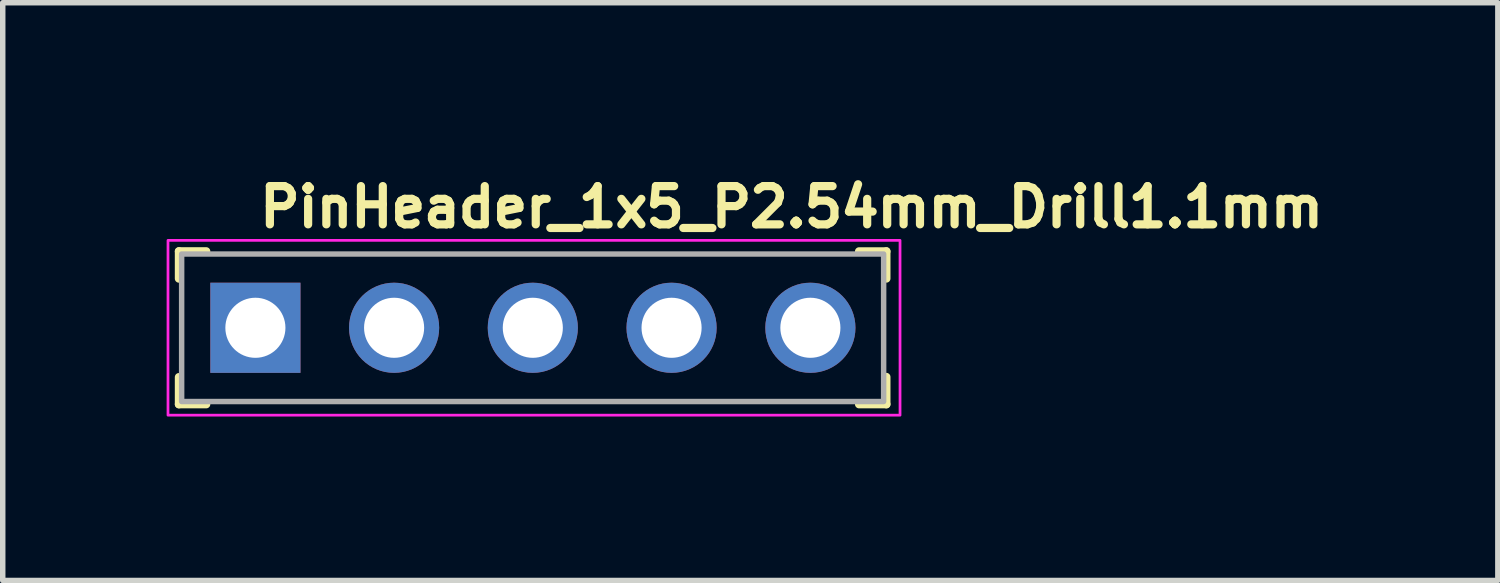
<source format=kicad_pcb>
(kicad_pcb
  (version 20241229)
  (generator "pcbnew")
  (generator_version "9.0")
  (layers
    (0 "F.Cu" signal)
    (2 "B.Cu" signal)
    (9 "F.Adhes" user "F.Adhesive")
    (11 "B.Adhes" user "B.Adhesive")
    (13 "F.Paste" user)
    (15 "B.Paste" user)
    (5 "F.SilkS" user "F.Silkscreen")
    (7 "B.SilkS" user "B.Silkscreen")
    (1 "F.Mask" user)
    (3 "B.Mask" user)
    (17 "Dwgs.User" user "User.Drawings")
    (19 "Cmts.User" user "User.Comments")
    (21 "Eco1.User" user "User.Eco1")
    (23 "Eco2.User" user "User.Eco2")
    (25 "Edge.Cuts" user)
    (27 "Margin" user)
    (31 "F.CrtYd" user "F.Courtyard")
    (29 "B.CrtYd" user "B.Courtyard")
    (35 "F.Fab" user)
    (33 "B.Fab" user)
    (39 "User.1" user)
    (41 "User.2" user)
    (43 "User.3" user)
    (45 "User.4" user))
  (footprint "PinHeader_1x5_P2.54mm_Drill1.1mm"
    (layer "F.Cu")
    (at 1.625 2.95)
    (property "Reference" "PinHeader_1x5_P2.54mm_Drill1.1mm" (at 0 -1.8 0) (layer "F.SilkS") (effects (font (size 0.7 0.7) (thickness 0.15)) (justify left bottom)))
    (attr through_hole)
    (fp_line (start -1.4 -1.4) (end -1.4 -0.9) (stroke (width 0.15) (type solid)) (layer "F.SilkS"))
    (fp_line (start -1.4 -1.4) (end -0.9 -1.4) (stroke (width 0.15) (type solid)) (layer "F.SilkS"))
    (fp_line (start -1.4 1.4) (end -1.4 0.903) (stroke (width 0.15) (type solid)) (layer "F.SilkS"))
    (fp_line (start -1.4 1.4) (end -0.9 1.4) (stroke (width 0.15) (type solid)) (layer "F.SilkS"))
    (fp_line (start 11.55 -1.399) (end 11.05 -1.399) (stroke (width 0.15) (type solid)) (layer "F.SilkS"))
    (fp_line (start 11.55 -1.399) (end 11.55 -0.901) (stroke (width 0.15) (type solid)) (layer "F.SilkS"))
    (fp_line (start 11.55 1.4) (end 11.05 1.4) (stroke (width 0.15) (type solid)) (layer "F.SilkS"))
    (fp_line (start 11.55 1.4) (end 11.55 0.9) (stroke (width 0.15) (type solid)) (layer "F.SilkS"))
    (fp_rect (start -1.6 -1.6) (end 11.8 1.6) (stroke (width 0.05) (type solid)) (fill no) (layer "F.CrtYd"))
    (fp_rect (start -1.35 -1.35) (end 11.5 1.35) (stroke (width 0.1) (type solid)) (fill no) (layer "F.Fab"))
    (fp_rect (start -1.27 -1.27) (end 11.429 1.269) (stroke (width 0.1) (type solid)) (fill no) (layer "User.5"))
    (fp_line (start -1.27 -1.27) (end 1.044 -1.27) (stroke (width 0.02) (type solid)) (layer "User.9"))
    (fp_line (start -1.27 1.269) (end -1.27 -1.27) (stroke (width 0.02) (type solid)) (layer "User.9"))
    (fp_line (start -1.27 1.269) (end 1.044 1.269) (stroke (width 0.02) (type solid)) (layer "User.9"))
    (fp_line (start -0.32 -0.32) (end -0.064 -0.064) (stroke (width 0.02) (type solid)) (layer "User.9"))
    (fp_line (start -0.32 -0.32) (end 0.32 -0.32) (stroke (width 0.02) (type solid)) (layer "User.9"))
    (fp_line (start -0.32 0.32) (end -0.32 -0.32) (stroke (width 0.02) (type solid)) (layer "User.9"))
    (fp_line (start -0.32 0.32) (end -0.064 0.064) (stroke (width 0.02) (type solid)) (layer "User.9"))
    (fp_line (start -0.32 0.32) (end 0.32 0.32) (stroke (width 0.02) (type solid)) (layer "User.9"))
    (fp_line (start -0.064 -0.064) (end 0.064 -0.064) (stroke (width 0.02) (type solid)) (layer "User.9"))
    (fp_line (start -0.064 0.064) (end -0.064 -0.064) (stroke (width 0.02) (type solid)) (layer "User.9"))
    (fp_line (start -0.064 0.064) (end 0.064 0.064) (stroke (width 0.02) (type solid)) (layer "User.9"))
    (fp_line (start 0.064 0.064) (end 0.064 -0.064) (stroke (width 0.02) (type solid)) (layer "User.9"))
    (fp_line (start 0.32 -0.32) (end 0.064 -0.064) (stroke (width 0.02) (type solid)) (layer "User.9"))
    (fp_line (start 0.32 0.32) (end 0.064 0.064) (stroke (width 0.02) (type solid)) (layer "User.9"))
    (fp_line (start 0.32 0.32) (end 0.32 -0.32) (stroke (width 0.02) (type solid)) (layer "User.9"))
    (fp_line (start 1.044 -1.27) (end 1.269 -1.047) (stroke (width 0.02) (type solid)) (layer "User.9"))
    (fp_line (start 1.044 1.269) (end 1.044 -1.27) (stroke (width 0.02) (type solid)) (layer "User.9"))
    (fp_line (start 1.044 1.269) (end 1.269 1.044) (stroke (width 0.02) (type solid)) (layer "User.9"))
    (fp_line (start 1.269 1.044) (end 1.269 -1.047) (stroke (width 0.02) (type solid)) (layer "User.9"))
    (fp_line (start 1.493 -1.27) (end 1.269 -1.047) (stroke (width 0.02) (type solid)) (layer "User.9"))
    (fp_line (start 1.493 -1.27) (end 3.584 -1.27) (stroke (width 0.02) (type solid)) (layer "User.9"))
    (fp_line (start 1.493 1.269) (end 1.269 1.044) (stroke (width 0.02) (type solid)) (layer "User.9"))
    (fp_line (start 1.493 1.269) (end 1.493 -1.27) (stroke (width 0.02) (type solid)) (layer "User.9"))
    (fp_line (start 1.493 1.269) (end 3.584 1.269) (stroke (width 0.02) (type solid)) (layer "User.9"))
    (fp_line (start 2.22 -0.32) (end 2.475 -0.064) (stroke (width 0.02) (type solid)) (layer "User.9"))
    (fp_line (start 2.22 -0.32) (end 2.858 -0.32) (stroke (width 0.02) (type solid)) (layer "User.9"))
    (fp_line (start 2.22 0.32) (end 2.22 -0.32) (stroke (width 0.02) (type solid)) (layer "User.9"))
    (fp_line (start 2.22 0.32) (end 2.475 0.064) (stroke (width 0.02) (type solid)) (layer "User.9"))
    (fp_line (start 2.22 0.32) (end 2.858 0.32) (stroke (width 0.02) (type solid)) (layer "User.9"))
    (fp_line (start 2.475 -0.064) (end 2.604 -0.064) (stroke (width 0.02) (type solid)) (layer "User.9"))
    (fp_line (start 2.475 0.064) (end 2.475 -0.064) (stroke (width 0.02) (type solid)) (layer "User.9"))
    (fp_line (start 2.475 0.064) (end 2.604 0.064) (stroke (width 0.02) (type solid)) (layer "User.9"))
    (fp_line (start 2.604 0.064) (end 2.604 -0.064) (stroke (width 0.02) (type solid)) (layer "User.9"))
    (fp_line (start 2.858 -0.32) (end 2.604 -0.064) (stroke (width 0.02) (type solid)) (layer "User.9"))
    (fp_line (start 2.858 0.32) (end 2.604 0.064) (stroke (width 0.02) (type solid)) (layer "User.9"))
    (fp_line (start 2.858 0.32) (end 2.858 -0.32) (stroke (width 0.02) (type solid)) (layer "User.9"))
    (fp_line (start 3.584 -1.27) (end 3.809 -1.047) (stroke (width 0.02) (type solid)) (layer "User.9"))
    (fp_line (start 3.584 1.269) (end 3.584 -1.27) (stroke (width 0.02) (type solid)) (layer "User.9"))
    (fp_line (start 3.584 1.269) (end 3.809 1.044) (stroke (width 0.02) (type solid)) (layer "User.9"))
    (fp_line (start 3.809 1.044) (end 3.809 -1.047) (stroke (width 0.02) (type solid)) (layer "User.9"))
    (fp_line (start 4.033 -1.27) (end 3.809 -1.047) (stroke (width 0.02) (type solid)) (layer "User.9"))
    (fp_line (start 4.033 -1.27) (end 6.124 -1.27) (stroke (width 0.02) (type solid)) (layer "User.9"))
    (fp_line (start 4.033 1.269) (end 3.809 1.044) (stroke (width 0.02) (type solid)) (layer "User.9"))
    (fp_line (start 4.033 1.269) (end 4.033 -1.27) (stroke (width 0.02) (type solid)) (layer "User.9"))
    (fp_line (start 4.033 1.269) (end 6.124 1.269) (stroke (width 0.02) (type solid)) (layer "User.9"))
    (fp_line (start 4.759 -0.32) (end 5.014 -0.064) (stroke (width 0.02) (type solid)) (layer "User.9"))
    (fp_line (start 4.759 -0.32) (end 5.4 -0.32) (stroke (width 0.02) (type solid)) (layer "User.9"))
    (fp_line (start 4.759 0.32) (end 4.759 -0.32) (stroke (width 0.02) (type solid)) (layer "User.9"))
    (fp_line (start 4.759 0.32) (end 5.014 0.064) (stroke (width 0.02) (type solid)) (layer "User.9"))
    (fp_line (start 4.759 0.32) (end 5.4 0.32) (stroke (width 0.02) (type solid)) (layer "User.9"))
    (fp_line (start 5.014 -0.064) (end 5.144 -0.064) (stroke (width 0.02) (type solid)) (layer "User.9"))
    (fp_line (start 5.014 0.064) (end 5.014 -0.064) (stroke (width 0.02) (type solid)) (layer "User.9"))
    (fp_line (start 5.014 0.064) (end 5.144 0.064) (stroke (width 0.02) (type solid)) (layer "User.9"))
    (fp_line (start 5.144 0.064) (end 5.144 -0.064) (stroke (width 0.02) (type solid)) (layer "User.9"))
    (fp_line (start 5.4 -0.32) (end 5.144 -0.064) (stroke (width 0.02) (type solid)) (layer "User.9"))
    (fp_line (start 5.4 0.32) (end 5.144 0.064) (stroke (width 0.02) (type solid)) (layer "User.9"))
    (fp_line (start 5.4 0.32) (end 5.4 -0.32) (stroke (width 0.02) (type solid)) (layer "User.9"))
    (fp_line (start 6.124 -1.27) (end 6.349 -1.047) (stroke (width 0.02) (type solid)) (layer "User.9"))
    (fp_line (start 6.124 1.269) (end 6.124 -1.27) (stroke (width 0.02) (type solid)) (layer "User.9"))
    (fp_line (start 6.124 1.269) (end 6.349 1.044) (stroke (width 0.02) (type solid)) (layer "User.9"))
    (fp_line (start 6.349 1.044) (end 6.349 -1.047) (stroke (width 0.02) (type solid)) (layer "User.9"))
    (fp_line (start 6.573 -1.27) (end 6.349 -1.047) (stroke (width 0.02) (type solid)) (layer "User.9"))
    (fp_line (start 6.573 -1.27) (end 8.665 -1.27) (stroke (width 0.02) (type solid)) (layer "User.9"))
    (fp_line (start 6.573 1.269) (end 6.349 1.044) (stroke (width 0.02) (type solid)) (layer "User.9"))
    (fp_line (start 6.573 1.269) (end 6.573 -1.27) (stroke (width 0.02) (type solid)) (layer "User.9"))
    (fp_line (start 6.573 1.269) (end 8.665 1.269) (stroke (width 0.02) (type solid)) (layer "User.9"))
    (fp_line (start 7.299 -0.32) (end 7.554 -0.064) (stroke (width 0.02) (type solid)) (layer "User.9"))
    (fp_line (start 7.299 -0.32) (end 7.94 -0.32) (stroke (width 0.02) (type solid)) (layer "User.9"))
    (fp_line (start 7.299 0.32) (end 7.299 -0.32) (stroke (width 0.02) (type solid)) (layer "User.9"))
    (fp_line (start 7.299 0.32) (end 7.554 0.064) (stroke (width 0.02) (type solid)) (layer "User.9"))
    (fp_line (start 7.299 0.32) (end 7.94 0.32) (stroke (width 0.02) (type solid)) (layer "User.9"))
    (fp_line (start 7.554 -0.064) (end 7.684 -0.064) (stroke (width 0.02) (type solid)) (layer "User.9"))
    (fp_line (start 7.554 0.064) (end 7.554 -0.064) (stroke (width 0.02) (type solid)) (layer "User.9"))
    (fp_line (start 7.554 0.064) (end 7.684 0.064) (stroke (width 0.02) (type solid)) (layer "User.9"))
    (fp_line (start 7.684 0.064) (end 7.684 -0.064) (stroke (width 0.02) (type solid)) (layer "User.9"))
    (fp_line (start 7.94 -0.32) (end 7.684 -0.064) (stroke (width 0.02) (type solid)) (layer "User.9"))
    (fp_line (start 7.94 0.32) (end 7.684 0.064) (stroke (width 0.02) (type solid)) (layer "User.9"))
    (fp_line (start 7.94 0.32) (end 7.94 -0.32) (stroke (width 0.02) (type solid)) (layer "User.9"))
    (fp_line (start 8.665 -1.27) (end 8.89 -1.047) (stroke (width 0.02) (type solid)) (layer "User.9"))
    (fp_line (start 8.665 1.269) (end 8.665 -1.27) (stroke (width 0.02) (type solid)) (layer "User.9"))
    (fp_line (start 8.665 1.269) (end 8.89 1.044) (stroke (width 0.02) (type solid)) (layer "User.9"))
    (fp_line (start 8.89 1.044) (end 8.89 -1.047) (stroke (width 0.02) (type solid)) (layer "User.9"))
    (fp_line (start 9.114 -1.27) (end 8.89 -1.047) (stroke (width 0.02) (type solid)) (layer "User.9"))
    (fp_line (start 9.114 -1.27) (end 11.429 -1.27) (stroke (width 0.02) (type solid)) (layer "User.9"))
    (fp_line (start 9.114 1.269) (end 8.89 1.044) (stroke (width 0.02) (type solid)) (layer "User.9"))
    (fp_line (start 9.114 1.269) (end 9.114 -1.27) (stroke (width 0.02) (type solid)) (layer "User.9"))
    (fp_line (start 9.114 1.269) (end 11.429 1.269) (stroke (width 0.02) (type solid)) (layer "User.9"))
    (fp_line (start 9.839 -0.32) (end 10.095 -0.064) (stroke (width 0.02) (type solid)) (layer "User.9"))
    (fp_line (start 9.839 -0.32) (end 10.48 -0.32) (stroke (width 0.02) (type solid)) (layer "User.9"))
    (fp_line (start 9.839 0.32) (end 9.839 -0.32) (stroke (width 0.02) (type solid)) (layer "User.9"))
    (fp_line (start 9.839 0.32) (end 10.095 0.064) (stroke (width 0.02) (type solid)) (layer "User.9"))
    (fp_line (start 9.839 0.32) (end 10.48 0.32) (stroke (width 0.02) (type solid)) (layer "User.9"))
    (fp_line (start 10.095 -0.064) (end 10.223 -0.064) (stroke (width 0.02) (type solid)) (layer "User.9"))
    (fp_line (start 10.095 0.064) (end 10.095 -0.064) (stroke (width 0.02) (type solid)) (layer "User.9"))
    (fp_line (start 10.095 0.064) (end 10.223 0.064) (stroke (width 0.02) (type solid)) (layer "User.9"))
    (fp_line (start 10.223 0.064) (end 10.223 -0.064) (stroke (width 0.02) (type solid)) (layer "User.9"))
    (fp_line (start 10.48 -0.32) (end 10.223 -0.064) (stroke (width 0.02) (type solid)) (layer "User.9"))
    (fp_line (start 10.48 0.32) (end 10.223 0.064) (stroke (width 0.02) (type solid)) (layer "User.9"))
    (fp_line (start 10.48 0.32) (end 10.48 -0.32) (stroke (width 0.02) (type solid)) (layer "User.9"))
    (fp_line (start 11.429 1.269) (end 11.429 -1.27) (stroke (width 0.02) (type solid)) (layer "User.9"))
    (pad "1" thru_hole rect (at 0 0) (size 1.65 1.65) (drill 1.1) (layers "*.Cu" "*.Mask"))
    (pad "2" thru_hole circle (at 2.539 0) (size 1.65 1.65) (drill 1.1) (layers "*.Cu" "*.Mask"))
    (pad "3" thru_hole circle (at 5.078 0) (size 1.65 1.65) (drill 1.1) (layers "*.Cu" "*.Mask"))
    (pad "4" thru_hole circle (at 7.618 0) (size 1.65 1.65) (drill 1.1) (layers "*.Cu" "*.Mask"))
    (pad "5" thru_hole circle (at 10.159 0) (size 1.65 1.65) (drill 1.1) (layers "*.Cu" "*.Mask")))
  (gr_rect
    (start -3 -3)
    (end 24.368 7.575)
    (stroke (width 0.1) (type default))
    (fill no)
    (layer "Edge.Cuts")))
</source>
